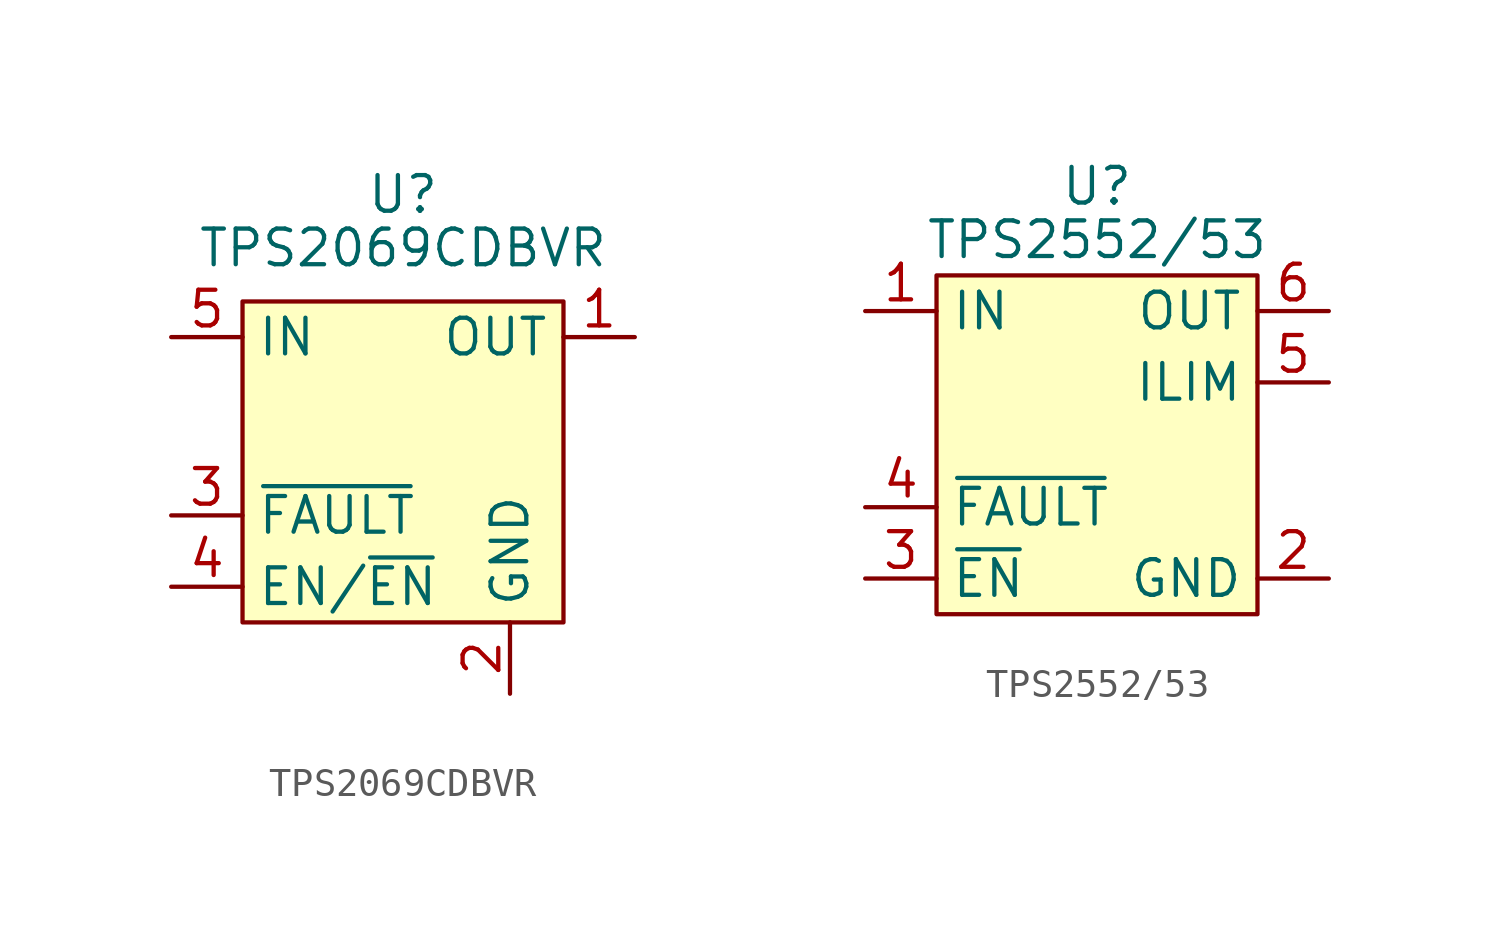
<source format=kicad_sym>
(kicad_symbol_lib
  (version 20220914)
  (generator kicad_symbol_editor)
  (symbol "TPS2069CDBVR"
    (property "Reference" "U"
      (at 0 9.525 0)
      (effects (font (size 1.27 1.27))))
    (property "Value" "TPS2069CDBVR"
      (at 0 7.62 0)
      (effects (font (size 1.27 1.27))))
    (symbol "TPS2069CDBVR_1_1"
      (rectangle (start -5.715 5.715) (end 5.715 -5.715) (stroke (width 0) (type default)) (fill (type background)))
      (pin power_out line (at 8.255 4.445 180) (length 2.54) (name "OUT" (effects (font (size 1.27 1.27)))) (number "1" (effects (font (size 1.27 1.27)))))
      (pin passive line (at 3.81 -8.255 90) (length 2.54) (name "GND" (effects (font (size 1.27 1.27)))) (number "2" (effects (font (size 1.27 1.27)))))
      (pin passive line (at -8.255 -1.905 0) (length 2.54) (name "~{FAULT}" (effects (font (size 1.27 1.27)))) (number "3" (effects (font (size 1.27 1.27)))))
      (pin input line (at -8.255 -4.445 0) (length 2.54) (name "EN/~{EN}" (effects (font (size 1.27 1.27)))) (number "4" (effects (font (size 1.27 1.27)))))
      (pin power_in line (at -8.255 4.445 0) (length 2.54) (name "IN" (effects (font (size 1.27 1.27)))) (number "5" (effects (font (size 1.27 1.27)))))))
  (symbol "TPS2552/53"
    (property "Reference" "U"
      (at 0 7.62 0)
      (effects (font (size 1.27 1.27))))
    (property "Value" "TPS2552/53"
      (at 0 5.715 0)
      (effects (font (size 1.27 1.27))))
    (symbol "TPS2552/53_1_1"
      (rectangle (start -5.715 4.445) (end 5.715 -7.62) (stroke (width 0) (type default)) (fill (type background)))
      (pin power_in line (at -8.255 3.175 0) (length 2.54) (name "IN" (effects (font (size 1.27 1.27)))) (number "1" (effects (font (size 1.27 1.27)))))
      (pin passive line (at 8.255 -6.35 180) (length 2.54) (name "GND" (effects (font (size 1.27 1.27)))) (number "2" (effects (font (size 1.27 1.27)))))
      (pin input line (at -8.255 -6.35 0) (length 2.54) (name "~{EN}" (effects (font (size 1.27 1.27)))) (number "3" (effects (font (size 1.27 1.27)))))
      (pin output line (at -8.255 -3.81 0) (length 2.54) (name "~{FAULT}" (effects (font (size 1.27 1.27)))) (number "4" (effects (font (size 1.27 1.27)))))
      (pin input line (at 8.255 0.635 180) (length 2.54) (name "ILIM" (effects (font (size 1.27 1.27)))) (number "5" (effects (font (size 1.27 1.27)))))
      (pin power_out line (at 8.255 3.175 180) (length 2.54) (name "OUT" (effects (font (size 1.27 1.27)))) (number "6" (effects (font (size 1.27 1.27))))))))
</source>
